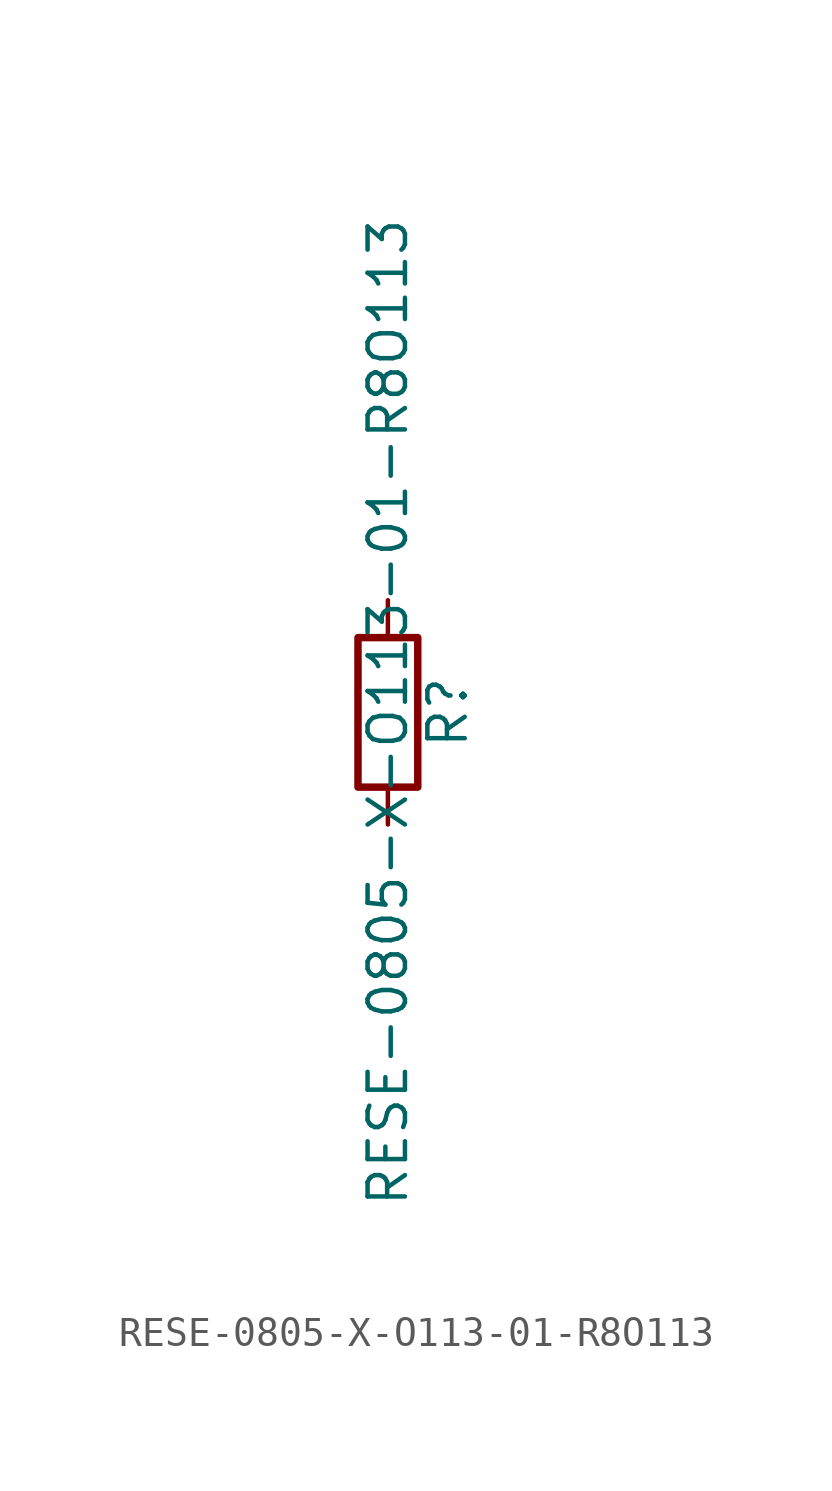
<source format=kicad_sym>
(kicad_symbol_lib
  (version 20211014)
  (generator kicad_symbol_editor)
  (symbol "RESE-0805-X-O113-01-R8O113"
    (pin_numbers hide)
    (pin_names
      (offset 0))
    (property "Reference" "R"
      (at 2.032 0 90)
      (effects (font (size 1.27 1.27))))
    (property "Value" "RESE-0805-X-O113-01-R8O113"
      (at 0 0 90)
      (effects (font (size 1.27 1.27))))
    (symbol "RESE-0805-X-O113-01-R8O113_0_1"
      (rectangle (start -1.016 -2.54) (end 1.016 2.54) (stroke (width 0.254) (type default) (color 0 0 0 0)) (fill (type none))))
    (symbol "RESE-0805-X-O113-01-R8O113_1_1"
      (pin passive line (at 0 3.81 270) (length 1.27) (name "~" (effects (font (size 1.27 1.27)))) (number "1" (effects (font (size 1.27 1.27)))))
      (pin passive line (at 0 -3.81 90) (length 1.27) (name "~" (effects (font (size 1.27 1.27)))) (number "2" (effects (font (size 1.27 1.27))))))))
</source>
